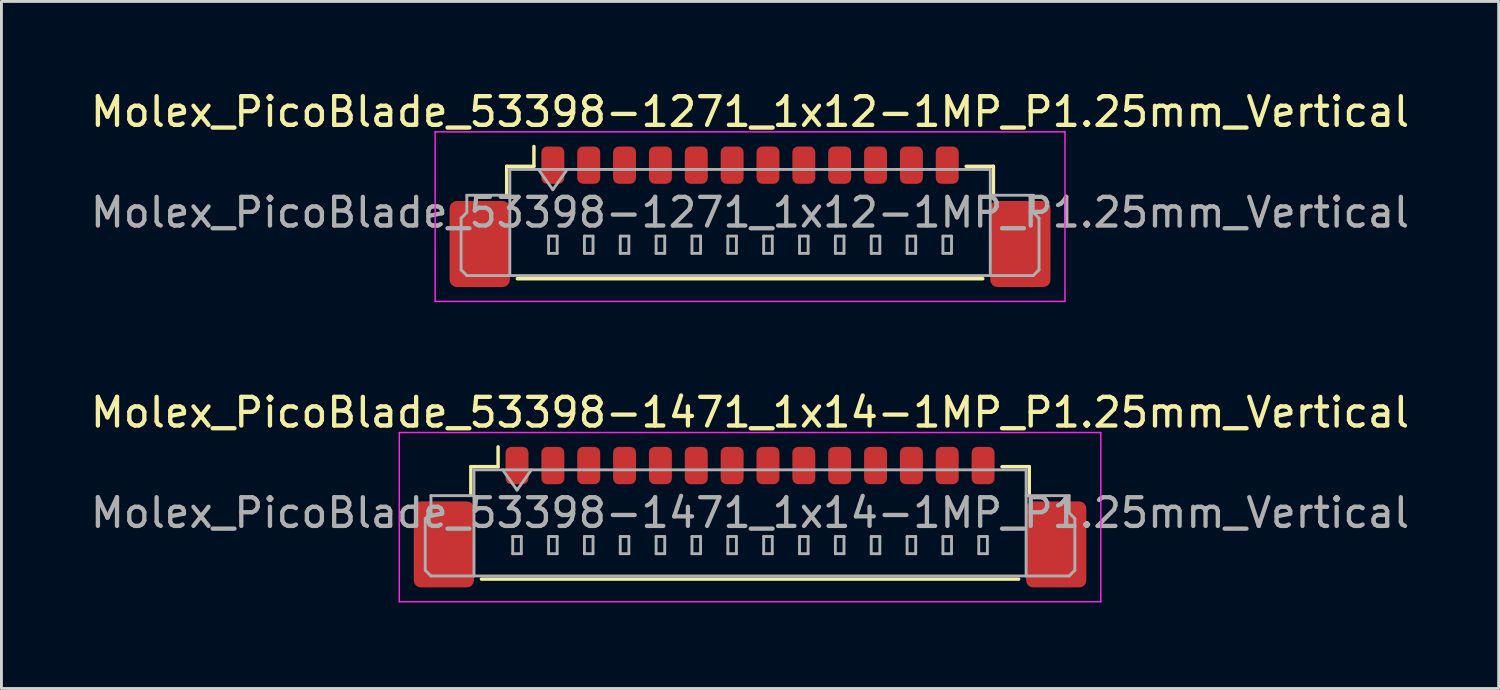
<source format=kicad_pcb>
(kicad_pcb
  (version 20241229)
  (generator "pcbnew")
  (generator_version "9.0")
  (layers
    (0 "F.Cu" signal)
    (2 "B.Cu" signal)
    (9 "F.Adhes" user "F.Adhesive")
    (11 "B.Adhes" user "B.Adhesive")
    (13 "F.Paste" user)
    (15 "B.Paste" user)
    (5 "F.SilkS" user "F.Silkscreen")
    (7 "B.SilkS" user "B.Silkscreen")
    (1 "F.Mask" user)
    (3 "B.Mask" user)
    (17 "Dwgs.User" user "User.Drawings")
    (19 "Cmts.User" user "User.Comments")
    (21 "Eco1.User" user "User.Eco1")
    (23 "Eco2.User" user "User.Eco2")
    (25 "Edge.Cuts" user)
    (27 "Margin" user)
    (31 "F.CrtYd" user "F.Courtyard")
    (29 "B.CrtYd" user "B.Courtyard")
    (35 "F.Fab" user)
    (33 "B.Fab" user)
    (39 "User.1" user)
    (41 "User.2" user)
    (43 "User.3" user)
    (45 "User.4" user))
  (footprint "Molex_PicoBlade_53398-1271_1x12-1MP_P1.25mm_Vertical"
    (layer "F.Cu")
    (at 23.101 3.958)
    (property "Reference" "Molex_PicoBlade_53398-1271_1x12-1MP_P1.25mm_Vertical" (at 0 -3.11 0) (layer "F.SilkS") (effects (font (size 1 1) (thickness 0.15))))
    (attr smd)
    (fp_line (start -8.485 -1.21) (end -7.535 -1.21) (stroke (width 0.12) (type solid)) (layer "F.SilkS"))
    (fp_line (start -8.485 -0.26) (end -8.485 -1.21) (stroke (width 0.12) (type solid)) (layer "F.SilkS"))
    (fp_line (start -8.115 2.71) (end 8.115 2.71) (stroke (width 0.12) (type solid)) (layer "F.SilkS"))
    (fp_line (start -7.535 -1.21) (end -7.535 -1.9) (stroke (width 0.12) (type solid)) (layer "F.SilkS"))
    (fp_line (start 8.485 -1.21) (end 7.535 -1.21) (stroke (width 0.12) (type solid)) (layer "F.SilkS"))
    (fp_line (start 8.485 -0.26) (end 8.485 -1.21) (stroke (width 0.12) (type solid)) (layer "F.SilkS"))
    (fp_line (start -10.98 -2.41) (end -10.98 3.5) (stroke (width 0.05) (type solid)) (layer "F.CrtYd"))
    (fp_line (start -10.98 3.5) (end 10.98 3.5) (stroke (width 0.05) (type solid)) (layer "F.CrtYd"))
    (fp_line (start 10.98 -2.41) (end -10.98 -2.41) (stroke (width 0.05) (type solid)) (layer "F.CrtYd"))
    (fp_line (start 10.98 3.5) (end 10.98 -2.41) (stroke (width 0.05) (type solid)) (layer "F.CrtYd"))
    (fp_line (start -10.075 0.6) (end -9.875 0.4) (stroke (width 0.1) (type solid)) (layer "F.Fab"))
    (fp_line (start -10.075 2.4) (end -10.075 0.6) (stroke (width 0.1) (type solid)) (layer "F.Fab"))
    (fp_line (start -9.875 -0.2) (end -8.375 -0.2) (stroke (width 0.1) (type solid)) (layer "F.Fab"))
    (fp_line (start -9.875 0.4) (end -9.875 -0.2) (stroke (width 0.1) (type solid)) (layer "F.Fab"))
    (fp_line (start -9.875 2.6) (end -10.075 2.4) (stroke (width 0.1) (type solid)) (layer "F.Fab"))
    (fp_line (start -8.375 -1.1) (end -8.375 2.6) (stroke (width 0.1) (type solid)) (layer "F.Fab"))
    (fp_line (start -8.375 -1.1) (end 8.375 -1.1) (stroke (width 0.1) (type solid)) (layer "F.Fab"))
    (fp_line (start -8.375 2.6) (end -9.875 2.6) (stroke (width 0.1) (type solid)) (layer "F.Fab"))
    (fp_line (start -8.375 2.6) (end 8.375 2.6) (stroke (width 0.1) (type solid)) (layer "F.Fab"))
    (fp_line (start -7.375 -1.1) (end -6.875 -0.393) (stroke (width 0.1) (type solid)) (layer "F.Fab"))
    (fp_line (start -7.025 1.225) (end -7.025 1.825) (stroke (width 0.1) (type solid)) (layer "F.Fab"))
    (fp_line (start -7.025 1.825) (end -6.725 1.825) (stroke (width 0.1) (type solid)) (layer "F.Fab"))
    (fp_line (start -6.875 -0.393) (end -6.375 -1.1) (stroke (width 0.1) (type solid)) (layer "F.Fab"))
    (fp_line (start -6.725 1.225) (end -7.025 1.225) (stroke (width 0.1) (type solid)) (layer "F.Fab"))
    (fp_line (start -6.725 1.825) (end -6.725 1.225) (stroke (width 0.1) (type solid)) (layer "F.Fab"))
    (fp_line (start -5.775 1.225) (end -5.775 1.825) (stroke (width 0.1) (type solid)) (layer "F.Fab"))
    (fp_line (start -5.775 1.825) (end -5.475 1.825) (stroke (width 0.1) (type solid)) (layer "F.Fab"))
    (fp_line (start -5.475 1.225) (end -5.775 1.225) (stroke (width 0.1) (type solid)) (layer "F.Fab"))
    (fp_line (start -5.475 1.825) (end -5.475 1.225) (stroke (width 0.1) (type solid)) (layer "F.Fab"))
    (fp_line (start -4.525 1.225) (end -4.525 1.825) (stroke (width 0.1) (type solid)) (layer "F.Fab"))
    (fp_line (start -4.525 1.825) (end -4.225 1.825) (stroke (width 0.1) (type solid)) (layer "F.Fab"))
    (fp_line (start -4.225 1.225) (end -4.525 1.225) (stroke (width 0.1) (type solid)) (layer "F.Fab"))
    (fp_line (start -4.225 1.825) (end -4.225 1.225) (stroke (width 0.1) (type solid)) (layer "F.Fab"))
    (fp_line (start -3.275 1.225) (end -3.275 1.825) (stroke (width 0.1) (type solid)) (layer "F.Fab"))
    (fp_line (start -3.275 1.825) (end -2.975 1.825) (stroke (width 0.1) (type solid)) (layer "F.Fab"))
    (fp_line (start -2.975 1.225) (end -3.275 1.225) (stroke (width 0.1) (type solid)) (layer "F.Fab"))
    (fp_line (start -2.975 1.825) (end -2.975 1.225) (stroke (width 0.1) (type solid)) (layer "F.Fab"))
    (fp_line (start -2.025 1.225) (end -2.025 1.825) (stroke (width 0.1) (type solid)) (layer "F.Fab"))
    (fp_line (start -2.025 1.825) (end -1.725 1.825) (stroke (width 0.1) (type solid)) (layer "F.Fab"))
    (fp_line (start -1.725 1.225) (end -2.025 1.225) (stroke (width 0.1) (type solid)) (layer "F.Fab"))
    (fp_line (start -1.725 1.825) (end -1.725 1.225) (stroke (width 0.1) (type solid)) (layer "F.Fab"))
    (fp_line (start -0.775 1.225) (end -0.775 1.825) (stroke (width 0.1) (type solid)) (layer "F.Fab"))
    (fp_line (start -0.775 1.825) (end -0.475 1.825) (stroke (width 0.1) (type solid)) (layer "F.Fab"))
    (fp_line (start -0.475 1.225) (end -0.775 1.225) (stroke (width 0.1) (type solid)) (layer "F.Fab"))
    (fp_line (start -0.475 1.825) (end -0.475 1.225) (stroke (width 0.1) (type solid)) (layer "F.Fab"))
    (fp_line (start 0.475 1.225) (end 0.475 1.825) (stroke (width 0.1) (type solid)) (layer "F.Fab"))
    (fp_line (start 0.475 1.825) (end 0.775 1.825) (stroke (width 0.1) (type solid)) (layer "F.Fab"))
    (fp_line (start 0.775 1.225) (end 0.475 1.225) (stroke (width 0.1) (type solid)) (layer "F.Fab"))
    (fp_line (start 0.775 1.825) (end 0.775 1.225) (stroke (width 0.1) (type solid)) (layer "F.Fab"))
    (fp_line (start 1.725 1.225) (end 1.725 1.825) (stroke (width 0.1) (type solid)) (layer "F.Fab"))
    (fp_line (start 1.725 1.825) (end 2.025 1.825) (stroke (width 0.1) (type solid)) (layer "F.Fab"))
    (fp_line (start 2.025 1.225) (end 1.725 1.225) (stroke (width 0.1) (type solid)) (layer "F.Fab"))
    (fp_line (start 2.025 1.825) (end 2.025 1.225) (stroke (width 0.1) (type solid)) (layer "F.Fab"))
    (fp_line (start 2.975 1.225) (end 2.975 1.825) (stroke (width 0.1) (type solid)) (layer "F.Fab"))
    (fp_line (start 2.975 1.825) (end 3.275 1.825) (stroke (width 0.1) (type solid)) (layer "F.Fab"))
    (fp_line (start 3.275 1.225) (end 2.975 1.225) (stroke (width 0.1) (type solid)) (layer "F.Fab"))
    (fp_line (start 3.275 1.825) (end 3.275 1.225) (stroke (width 0.1) (type solid)) (layer "F.Fab"))
    (fp_line (start 4.225 1.225) (end 4.225 1.825) (stroke (width 0.1) (type solid)) (layer "F.Fab"))
    (fp_line (start 4.225 1.825) (end 4.525 1.825) (stroke (width 0.1) (type solid)) (layer "F.Fab"))
    (fp_line (start 4.525 1.225) (end 4.225 1.225) (stroke (width 0.1) (type solid)) (layer "F.Fab"))
    (fp_line (start 4.525 1.825) (end 4.525 1.225) (stroke (width 0.1) (type solid)) (layer "F.Fab"))
    (fp_line (start 5.475 1.225) (end 5.475 1.825) (stroke (width 0.1) (type solid)) (layer "F.Fab"))
    (fp_line (start 5.475 1.825) (end 5.775 1.825) (stroke (width 0.1) (type solid)) (layer "F.Fab"))
    (fp_line (start 5.775 1.225) (end 5.475 1.225) (stroke (width 0.1) (type solid)) (layer "F.Fab"))
    (fp_line (start 5.775 1.825) (end 5.775 1.225) (stroke (width 0.1) (type solid)) (layer "F.Fab"))
    (fp_line (start 6.725 1.225) (end 6.725 1.825) (stroke (width 0.1) (type solid)) (layer "F.Fab"))
    (fp_line (start 6.725 1.825) (end 7.025 1.825) (stroke (width 0.1) (type solid)) (layer "F.Fab"))
    (fp_line (start 7.025 1.225) (end 6.725 1.225) (stroke (width 0.1) (type solid)) (layer "F.Fab"))
    (fp_line (start 7.025 1.825) (end 7.025 1.225) (stroke (width 0.1) (type solid)) (layer "F.Fab"))
    (fp_line (start 8.375 -1.1) (end 8.375 2.6) (stroke (width 0.1) (type solid)) (layer "F.Fab"))
    (fp_line (start 8.375 2.6) (end 9.875 2.6) (stroke (width 0.1) (type solid)) (layer "F.Fab"))
    (fp_line (start 9.875 -0.2) (end 8.375 -0.2) (stroke (width 0.1) (type solid)) (layer "F.Fab"))
    (fp_line (start 9.875 0.4) (end 9.875 -0.2) (stroke (width 0.1) (type solid)) (layer "F.Fab"))
    (fp_line (start 9.875 2.6) (end 10.075 2.4) (stroke (width 0.1) (type solid)) (layer "F.Fab"))
    (fp_line (start 10.075 0.6) (end 9.875 0.4) (stroke (width 0.1) (type solid)) (layer "F.Fab"))
    (fp_line (start 10.075 2.4) (end 10.075 0.6) (stroke (width 0.1) (type solid)) (layer "F.Fab"))
    (fp_text user "${REFERENCE}" (at 0 0.4 0) (layer "F.Fab") (effects (font (size 1 1) (thickness 0.15))))
    (pad "1" smd roundrect (at -6.875 -1.25) (size 0.8 1.3) (layers "F.Cu" "F.Mask" "F.Paste") (roundrect_rratio 0.25))
    (pad "2" smd roundrect (at -5.625 -1.25) (size 0.8 1.3) (layers "F.Cu" "F.Mask" "F.Paste") (roundrect_rratio 0.25))
    (pad "3" smd roundrect (at -4.375 -1.25) (size 0.8 1.3) (layers "F.Cu" "F.Mask" "F.Paste") (roundrect_rratio 0.25))
    (pad "4" smd roundrect (at -3.125 -1.25) (size 0.8 1.3) (layers "F.Cu" "F.Mask" "F.Paste") (roundrect_rratio 0.25))
    (pad "5" smd roundrect (at -1.875 -1.25) (size 0.8 1.3) (layers "F.Cu" "F.Mask" "F.Paste") (roundrect_rratio 0.25))
    (pad "6" smd roundrect (at -0.625 -1.25) (size 0.8 1.3) (layers "F.Cu" "F.Mask" "F.Paste") (roundrect_rratio 0.25))
    (pad "7" smd roundrect (at 0.625 -1.25) (size 0.8 1.3) (layers "F.Cu" "F.Mask" "F.Paste") (roundrect_rratio 0.25))
    (pad "8" smd roundrect (at 1.875 -1.25) (size 0.8 1.3) (layers "F.Cu" "F.Mask" "F.Paste") (roundrect_rratio 0.25))
    (pad "9" smd roundrect (at 3.125 -1.25) (size 0.8 1.3) (layers "F.Cu" "F.Mask" "F.Paste") (roundrect_rratio 0.25))
    (pad "10" smd roundrect (at 4.375 -1.25) (size 0.8 1.3) (layers "F.Cu" "F.Mask" "F.Paste") (roundrect_rratio 0.25))
    (pad "11" smd roundrect (at 5.625 -1.25) (size 0.8 1.3) (layers "F.Cu" "F.Mask" "F.Paste") (roundrect_rratio 0.25))
    (pad "12" smd roundrect (at 6.875 -1.25) (size 0.8 1.3) (layers "F.Cu" "F.Mask" "F.Paste") (roundrect_rratio 0.25))
    (pad "MP" smd roundrect (at -9.425 1.5) (size 2.1 3) (layers "F.Cu" "F.Mask" "F.Paste") (roundrect_rratio 0.119))
    (pad "MP" smd roundrect (at 9.425 1.5) (size 2.1 3) (layers "F.Cu" "F.Mask" "F.Paste") (roundrect_rratio 0.119)))
  (footprint "Molex_PicoBlade_53398-1471_1x14-1MP_P1.25mm_Vertical"
    (layer "F.Cu")
    (at 23.101 14.431)
    (property "Reference" "Molex_PicoBlade_53398-1471_1x14-1MP_P1.25mm_Vertical" (at 0 -3.1 0) (layer "F.SilkS") (effects (font (size 1 1) (thickness 0.15))))
    (attr smd)
    (fp_line (start -9.735 -1.21) (end -8.785 -1.21) (stroke (width 0.12) (type solid)) (layer "F.SilkS"))
    (fp_line (start -9.735 -0.26) (end -9.735 -1.21) (stroke (width 0.12) (type solid)) (layer "F.SilkS"))
    (fp_line (start -9.365 2.71) (end 9.365 2.71) (stroke (width 0.12) (type solid)) (layer "F.SilkS"))
    (fp_line (start -8.785 -1.21) (end -8.785 -1.9) (stroke (width 0.12) (type solid)) (layer "F.SilkS"))
    (fp_line (start 9.735 -1.21) (end 8.785 -1.21) (stroke (width 0.12) (type solid)) (layer "F.SilkS"))
    (fp_line (start 9.735 -0.26) (end 9.735 -1.21) (stroke (width 0.12) (type solid)) (layer "F.SilkS"))
    (fp_line (start -12.23 -2.4) (end -12.23 3.5) (stroke (width 0.05) (type solid)) (layer "F.CrtYd"))
    (fp_line (start -12.23 3.5) (end 12.23 3.5) (stroke (width 0.05) (type solid)) (layer "F.CrtYd"))
    (fp_line (start 12.23 -2.4) (end -12.23 -2.4) (stroke (width 0.05) (type solid)) (layer "F.CrtYd"))
    (fp_line (start 12.23 3.5) (end 12.23 -2.4) (stroke (width 0.05) (type solid)) (layer "F.CrtYd"))
    (fp_line (start -11.325 0.6) (end -11.125 0.4) (stroke (width 0.1) (type solid)) (layer "F.Fab"))
    (fp_line (start -11.325 2.4) (end -11.325 0.6) (stroke (width 0.1) (type solid)) (layer "F.Fab"))
    (fp_line (start -11.125 -0.2) (end -9.625 -0.2) (stroke (width 0.1) (type solid)) (layer "F.Fab"))
    (fp_line (start -11.125 0.4) (end -11.125 -0.2) (stroke (width 0.1) (type solid)) (layer "F.Fab"))
    (fp_line (start -11.125 2.6) (end -11.325 2.4) (stroke (width 0.1) (type solid)) (layer "F.Fab"))
    (fp_line (start -9.625 -1.1) (end -9.625 2.6) (stroke (width 0.1) (type solid)) (layer "F.Fab"))
    (fp_line (start -9.625 -1.1) (end 9.625 -1.1) (stroke (width 0.1) (type solid)) (layer "F.Fab"))
    (fp_line (start -9.625 2.6) (end -11.125 2.6) (stroke (width 0.1) (type solid)) (layer "F.Fab"))
    (fp_line (start -9.625 2.6) (end 9.625 2.6) (stroke (width 0.1) (type solid)) (layer "F.Fab"))
    (fp_line (start -8.625 -1.1) (end -8.125 -0.393) (stroke (width 0.1) (type solid)) (layer "F.Fab"))
    (fp_line (start -8.275 1.225) (end -8.275 1.825) (stroke (width 0.1) (type solid)) (layer "F.Fab"))
    (fp_line (start -8.275 1.825) (end -7.975 1.825) (stroke (width 0.1) (type solid)) (layer "F.Fab"))
    (fp_line (start -8.125 -0.393) (end -7.625 -1.1) (stroke (width 0.1) (type solid)) (layer "F.Fab"))
    (fp_line (start -7.975 1.225) (end -8.275 1.225) (stroke (width 0.1) (type solid)) (layer "F.Fab"))
    (fp_line (start -7.975 1.825) (end -7.975 1.225) (stroke (width 0.1) (type solid)) (layer "F.Fab"))
    (fp_line (start -7.025 1.225) (end -7.025 1.825) (stroke (width 0.1) (type solid)) (layer "F.Fab"))
    (fp_line (start -7.025 1.825) (end -6.725 1.825) (stroke (width 0.1) (type solid)) (layer "F.Fab"))
    (fp_line (start -6.725 1.225) (end -7.025 1.225) (stroke (width 0.1) (type solid)) (layer "F.Fab"))
    (fp_line (start -6.725 1.825) (end -6.725 1.225) (stroke (width 0.1) (type solid)) (layer "F.Fab"))
    (fp_line (start -5.775 1.225) (end -5.775 1.825) (stroke (width 0.1) (type solid)) (layer "F.Fab"))
    (fp_line (start -5.775 1.825) (end -5.475 1.825) (stroke (width 0.1) (type solid)) (layer "F.Fab"))
    (fp_line (start -5.475 1.225) (end -5.775 1.225) (stroke (width 0.1) (type solid)) (layer "F.Fab"))
    (fp_line (start -5.475 1.825) (end -5.475 1.225) (stroke (width 0.1) (type solid)) (layer "F.Fab"))
    (fp_line (start -4.525 1.225) (end -4.525 1.825) (stroke (width 0.1) (type solid)) (layer "F.Fab"))
    (fp_line (start -4.525 1.825) (end -4.225 1.825) (stroke (width 0.1) (type solid)) (layer "F.Fab"))
    (fp_line (start -4.225 1.225) (end -4.525 1.225) (stroke (width 0.1) (type solid)) (layer "F.Fab"))
    (fp_line (start -4.225 1.825) (end -4.225 1.225) (stroke (width 0.1) (type solid)) (layer "F.Fab"))
    (fp_line (start -3.275 1.225) (end -3.275 1.825) (stroke (width 0.1) (type solid)) (layer "F.Fab"))
    (fp_line (start -3.275 1.825) (end -2.975 1.825) (stroke (width 0.1) (type solid)) (layer "F.Fab"))
    (fp_line (start -2.975 1.225) (end -3.275 1.225) (stroke (width 0.1) (type solid)) (layer "F.Fab"))
    (fp_line (start -2.975 1.825) (end -2.975 1.225) (stroke (width 0.1) (type solid)) (layer "F.Fab"))
    (fp_line (start -2.025 1.225) (end -2.025 1.825) (stroke (width 0.1) (type solid)) (layer "F.Fab"))
    (fp_line (start -2.025 1.825) (end -1.725 1.825) (stroke (width 0.1) (type solid)) (layer "F.Fab"))
    (fp_line (start -1.725 1.225) (end -2.025 1.225) (stroke (width 0.1) (type solid)) (layer "F.Fab"))
    (fp_line (start -1.725 1.825) (end -1.725 1.225) (stroke (width 0.1) (type solid)) (layer "F.Fab"))
    (fp_line (start -0.775 1.225) (end -0.775 1.825) (stroke (width 0.1) (type solid)) (layer "F.Fab"))
    (fp_line (start -0.775 1.825) (end -0.475 1.825) (stroke (width 0.1) (type solid)) (layer "F.Fab"))
    (fp_line (start -0.475 1.225) (end -0.775 1.225) (stroke (width 0.1) (type solid)) (layer "F.Fab"))
    (fp_line (start -0.475 1.825) (end -0.475 1.225) (stroke (width 0.1) (type solid)) (layer "F.Fab"))
    (fp_line (start 0.475 1.225) (end 0.475 1.825) (stroke (width 0.1) (type solid)) (layer "F.Fab"))
    (fp_line (start 0.475 1.825) (end 0.775 1.825) (stroke (width 0.1) (type solid)) (layer "F.Fab"))
    (fp_line (start 0.775 1.225) (end 0.475 1.225) (stroke (width 0.1) (type solid)) (layer "F.Fab"))
    (fp_line (start 0.775 1.825) (end 0.775 1.225) (stroke (width 0.1) (type solid)) (layer "F.Fab"))
    (fp_line (start 1.725 1.225) (end 1.725 1.825) (stroke (width 0.1) (type solid)) (layer "F.Fab"))
    (fp_line (start 1.725 1.825) (end 2.025 1.825) (stroke (width 0.1) (type solid)) (layer "F.Fab"))
    (fp_line (start 2.025 1.225) (end 1.725 1.225) (stroke (width 0.1) (type solid)) (layer "F.Fab"))
    (fp_line (start 2.025 1.825) (end 2.025 1.225) (stroke (width 0.1) (type solid)) (layer "F.Fab"))
    (fp_line (start 2.975 1.225) (end 2.975 1.825) (stroke (width 0.1) (type solid)) (layer "F.Fab"))
    (fp_line (start 2.975 1.825) (end 3.275 1.825) (stroke (width 0.1) (type solid)) (layer "F.Fab"))
    (fp_line (start 3.275 1.225) (end 2.975 1.225) (stroke (width 0.1) (type solid)) (layer "F.Fab"))
    (fp_line (start 3.275 1.825) (end 3.275 1.225) (stroke (width 0.1) (type solid)) (layer "F.Fab"))
    (fp_line (start 4.225 1.225) (end 4.225 1.825) (stroke (width 0.1) (type solid)) (layer "F.Fab"))
    (fp_line (start 4.225 1.825) (end 4.525 1.825) (stroke (width 0.1) (type solid)) (layer "F.Fab"))
    (fp_line (start 4.525 1.225) (end 4.225 1.225) (stroke (width 0.1) (type solid)) (layer "F.Fab"))
    (fp_line (start 4.525 1.825) (end 4.525 1.225) (stroke (width 0.1) (type solid)) (layer "F.Fab"))
    (fp_line (start 5.475 1.225) (end 5.475 1.825) (stroke (width 0.1) (type solid)) (layer "F.Fab"))
    (fp_line (start 5.475 1.825) (end 5.775 1.825) (stroke (width 0.1) (type solid)) (layer "F.Fab"))
    (fp_line (start 5.775 1.225) (end 5.475 1.225) (stroke (width 0.1) (type solid)) (layer "F.Fab"))
    (fp_line (start 5.775 1.825) (end 5.775 1.225) (stroke (width 0.1) (type solid)) (layer "F.Fab"))
    (fp_line (start 6.725 1.225) (end 6.725 1.825) (stroke (width 0.1) (type solid)) (layer "F.Fab"))
    (fp_line (start 6.725 1.825) (end 7.025 1.825) (stroke (width 0.1) (type solid)) (layer "F.Fab"))
    (fp_line (start 7.025 1.225) (end 6.725 1.225) (stroke (width 0.1) (type solid)) (layer "F.Fab"))
    (fp_line (start 7.025 1.825) (end 7.025 1.225) (stroke (width 0.1) (type solid)) (layer "F.Fab"))
    (fp_line (start 7.975 1.225) (end 7.975 1.825) (stroke (width 0.1) (type solid)) (layer "F.Fab"))
    (fp_line (start 7.975 1.825) (end 8.275 1.825) (stroke (width 0.1) (type solid)) (layer "F.Fab"))
    (fp_line (start 8.275 1.225) (end 7.975 1.225) (stroke (width 0.1) (type solid)) (layer "F.Fab"))
    (fp_line (start 8.275 1.825) (end 8.275 1.225) (stroke (width 0.1) (type solid)) (layer "F.Fab"))
    (fp_line (start 9.625 -1.1) (end 9.625 2.6) (stroke (width 0.1) (type solid)) (layer "F.Fab"))
    (fp_line (start 9.625 2.6) (end 11.125 2.6) (stroke (width 0.1) (type solid)) (layer "F.Fab"))
    (fp_line (start 11.125 -0.2) (end 9.625 -0.2) (stroke (width 0.1) (type solid)) (layer "F.Fab"))
    (fp_line (start 11.125 0.4) (end 11.125 -0.2) (stroke (width 0.1) (type solid)) (layer "F.Fab"))
    (fp_line (start 11.125 2.6) (end 11.325 2.4) (stroke (width 0.1) (type solid)) (layer "F.Fab"))
    (fp_line (start 11.325 0.6) (end 11.125 0.4) (stroke (width 0.1) (type solid)) (layer "F.Fab"))
    (fp_line (start 11.325 2.4) (end 11.325 0.6) (stroke (width 0.1) (type solid)) (layer "F.Fab"))
    (fp_text user "${REFERENCE}" (at 0 0.4 0) (layer "F.Fab") (effects (font (size 1 1) (thickness 0.15))))
    (pad "1" smd roundrect (at -8.125 -1.25) (size 0.8 1.3) (layers "F.Cu" "F.Mask" "F.Paste") (roundrect_rratio 0.25))
    (pad "2" smd roundrect (at -6.875 -1.25) (size 0.8 1.3) (layers "F.Cu" "F.Mask" "F.Paste") (roundrect_rratio 0.25))
    (pad "3" smd roundrect (at -5.625 -1.25) (size 0.8 1.3) (layers "F.Cu" "F.Mask" "F.Paste") (roundrect_rratio 0.25))
    (pad "4" smd roundrect (at -4.375 -1.25) (size 0.8 1.3) (layers "F.Cu" "F.Mask" "F.Paste") (roundrect_rratio 0.25))
    (pad "5" smd roundrect (at -3.125 -1.25) (size 0.8 1.3) (layers "F.Cu" "F.Mask" "F.Paste") (roundrect_rratio 0.25))
    (pad "6" smd roundrect (at -1.875 -1.25) (size 0.8 1.3) (layers "F.Cu" "F.Mask" "F.Paste") (roundrect_rratio 0.25))
    (pad "7" smd roundrect (at -0.625 -1.25) (size 0.8 1.3) (layers "F.Cu" "F.Mask" "F.Paste") (roundrect_rratio 0.25))
    (pad "8" smd roundrect (at 0.625 -1.25) (size 0.8 1.3) (layers "F.Cu" "F.Mask" "F.Paste") (roundrect_rratio 0.25))
    (pad "9" smd roundrect (at 1.875 -1.25) (size 0.8 1.3) (layers "F.Cu" "F.Mask" "F.Paste") (roundrect_rratio 0.25))
    (pad "10" smd roundrect (at 3.125 -1.25) (size 0.8 1.3) (layers "F.Cu" "F.Mask" "F.Paste") (roundrect_rratio 0.25))
    (pad "11" smd roundrect (at 4.375 -1.25) (size 0.8 1.3) (layers "F.Cu" "F.Mask" "F.Paste") (roundrect_rratio 0.25))
    (pad "12" smd roundrect (at 5.625 -1.25) (size 0.8 1.3) (layers "F.Cu" "F.Mask" "F.Paste") (roundrect_rratio 0.25))
    (pad "13" smd roundrect (at 6.875 -1.25) (size 0.8 1.3) (layers "F.Cu" "F.Mask" "F.Paste") (roundrect_rratio 0.25))
    (pad "14" smd roundrect (at 8.125 -1.25) (size 0.8 1.3) (layers "F.Cu" "F.Mask" "F.Paste") (roundrect_rratio 0.25))
    (pad "MP" smd roundrect (at -10.675 1.5) (size 2.1 3) (layers "F.Cu" "F.Mask" "F.Paste") (roundrect_rratio 0.119))
    (pad "MP" smd roundrect (at 10.675 1.5) (size 2.1 3) (layers "F.Cu" "F.Mask" "F.Paste") (roundrect_rratio 0.119)))
  (gr_rect
    (start -3 -3)
    (end 49.202 20.956)
    (stroke (width 0.1) (type default))
    (fill no)
    (layer "Edge.Cuts")))
</source>
